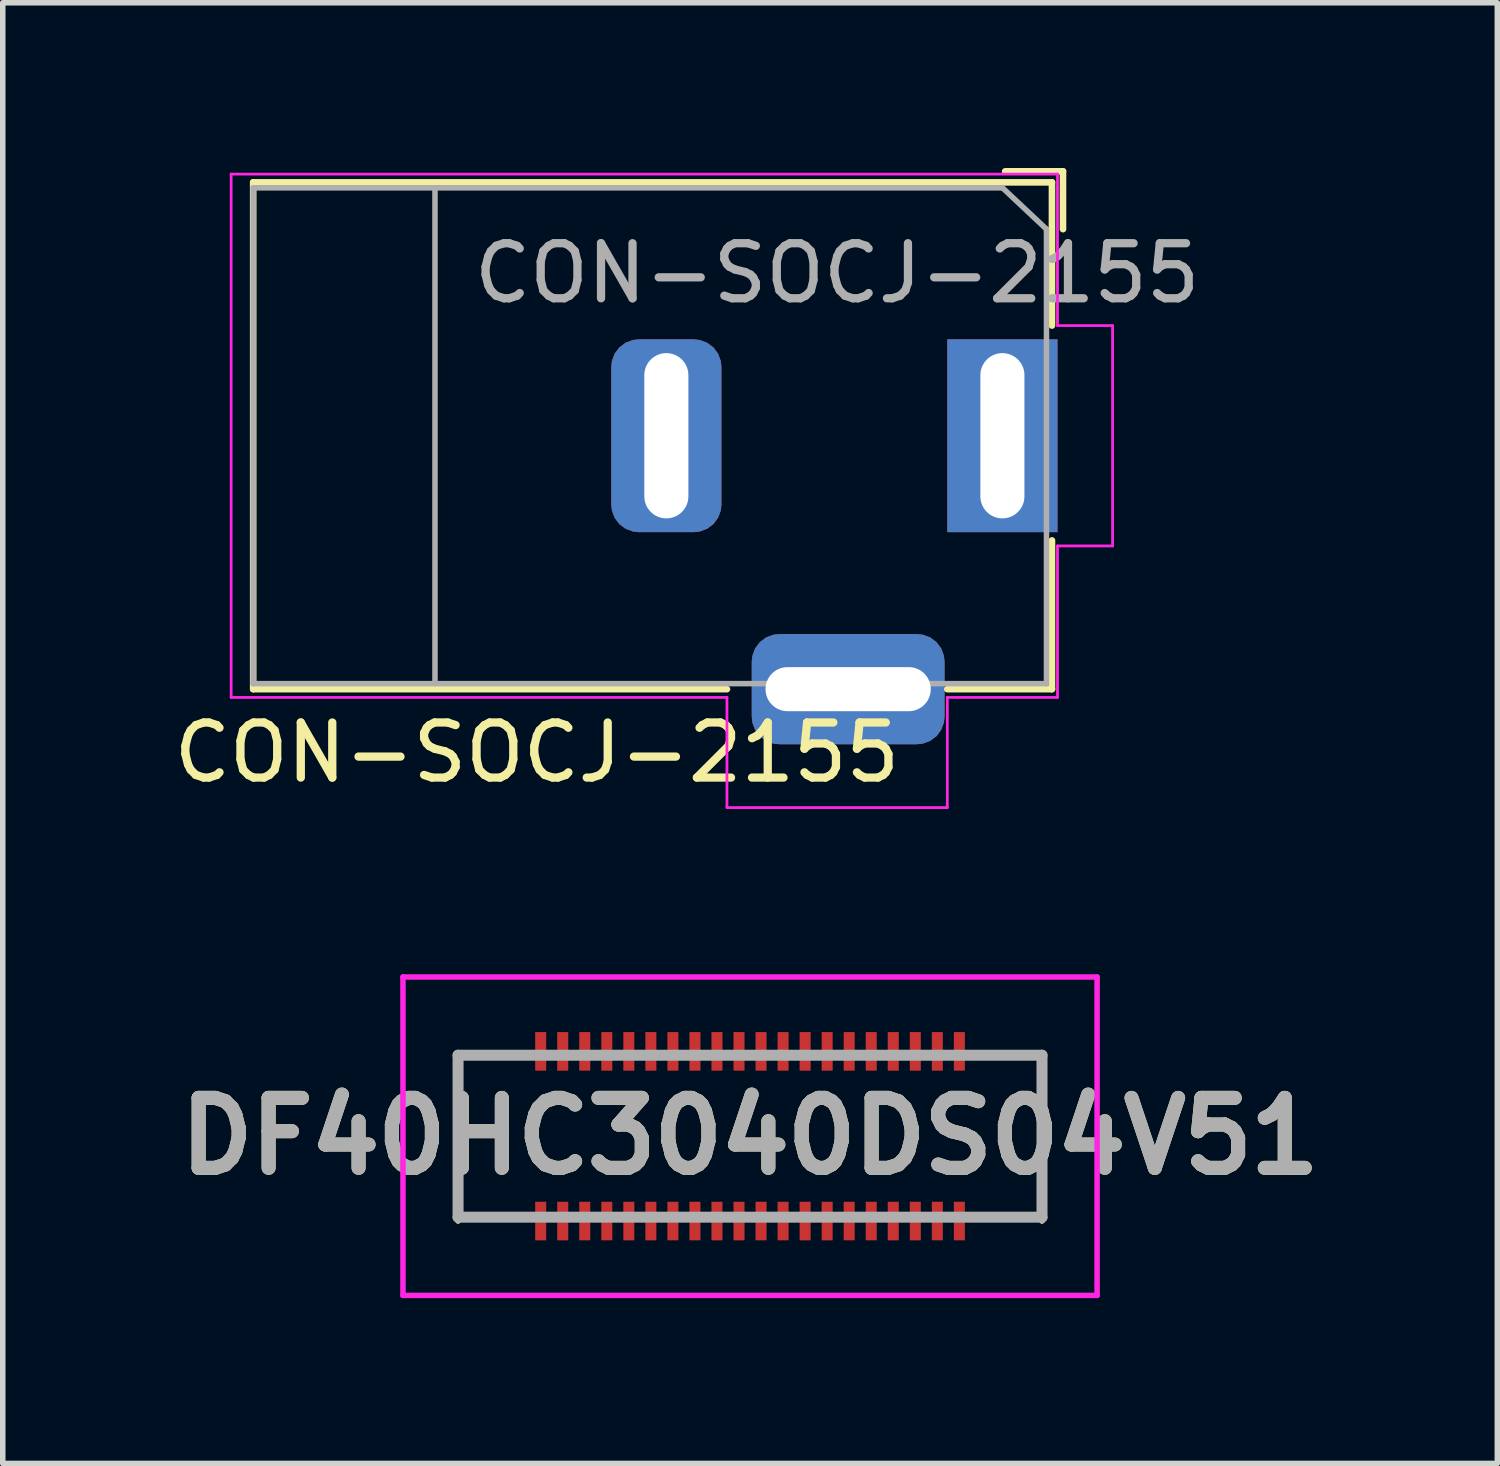
<source format=kicad_pcb>
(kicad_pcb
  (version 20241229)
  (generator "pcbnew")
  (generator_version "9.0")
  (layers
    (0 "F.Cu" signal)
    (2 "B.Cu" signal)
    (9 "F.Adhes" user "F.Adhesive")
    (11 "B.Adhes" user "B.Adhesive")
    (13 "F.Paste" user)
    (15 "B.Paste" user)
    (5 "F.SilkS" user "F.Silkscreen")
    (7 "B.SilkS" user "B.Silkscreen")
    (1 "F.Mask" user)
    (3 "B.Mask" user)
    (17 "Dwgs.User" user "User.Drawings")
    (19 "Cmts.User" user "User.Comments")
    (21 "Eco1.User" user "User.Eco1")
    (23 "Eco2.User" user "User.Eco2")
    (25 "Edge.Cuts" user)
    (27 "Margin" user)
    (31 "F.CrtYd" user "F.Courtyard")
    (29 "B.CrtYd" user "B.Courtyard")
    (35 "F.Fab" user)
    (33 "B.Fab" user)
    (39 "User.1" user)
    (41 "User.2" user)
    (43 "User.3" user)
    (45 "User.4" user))
  (footprint "CON-SOCJ-2155"
    (layer "F.Cu")
    (at 15.146 4.86)
    (property "Reference" "CON-SOCJ-2155" (at -8.45 5.75 0) (layer "F.SilkS") (effects (font (size 1 1) (thickness 0.15))))
    (attr through_hole)
    (fp_line (start -13.6 -4.6) (end 0.9 -4.6) (stroke (width 0.12) (type solid)) (layer "F.SilkS"))
    (fp_line (start -13.6 4.6) (end -13.6 -4.6) (stroke (width 0.12) (type solid)) (layer "F.SilkS"))
    (fp_line (start -5 4.6) (end -13.6 4.6) (stroke (width 0.12) (type solid)) (layer "F.SilkS"))
    (fp_line (start 0.05 -4.8) (end 1.1 -4.8) (stroke (width 0.12) (type solid)) (layer "F.SilkS"))
    (fp_line (start 0.9 -4.6) (end 0.9 -2) (stroke (width 0.12) (type solid)) (layer "F.SilkS"))
    (fp_line (start 0.9 1.9) (end 0.9 4.6) (stroke (width 0.12) (type solid)) (layer "F.SilkS"))
    (fp_line (start 0.9 4.6) (end -1 4.6) (stroke (width 0.12) (type solid)) (layer "F.SilkS"))
    (fp_line (start 1.1 -3.75) (end 1.1 -4.8) (stroke (width 0.12) (type solid)) (layer "F.SilkS"))
    (fp_line (start -14 4.75) (end -14 -4.75) (stroke (width 0.05) (type solid)) (layer "F.CrtYd"))
    (fp_line (start -5 4.75) (end -14 4.75) (stroke (width 0.05) (type solid)) (layer "F.CrtYd"))
    (fp_line (start -5 6.75) (end -5 4.75) (stroke (width 0.05) (type solid)) (layer "F.CrtYd"))
    (fp_line (start -1 4.75) (end -1 6.75) (stroke (width 0.05) (type solid)) (layer "F.CrtYd"))
    (fp_line (start -1 6.75) (end -5 6.75) (stroke (width 0.05) (type solid)) (layer "F.CrtYd"))
    (fp_line (start 1 -4.75) (end -14 -4.75) (stroke (width 0.05) (type solid)) (layer "F.CrtYd"))
    (fp_line (start 1 -4.5) (end 1 -4.75) (stroke (width 0.05) (type solid)) (layer "F.CrtYd"))
    (fp_line (start 1 -4.5) (end 1 -2) (stroke (width 0.05) (type solid)) (layer "F.CrtYd"))
    (fp_line (start 1 -2) (end 2 -2) (stroke (width 0.05) (type solid)) (layer "F.CrtYd"))
    (fp_line (start 1 2) (end 1 4.75) (stroke (width 0.05) (type solid)) (layer "F.CrtYd"))
    (fp_line (start 1 4.75) (end -1 4.75) (stroke (width 0.05) (type solid)) (layer "F.CrtYd"))
    (fp_line (start 2 -2) (end 2 2) (stroke (width 0.05) (type solid)) (layer "F.CrtYd"))
    (fp_line (start 2 2) (end 1 2) (stroke (width 0.05) (type solid)) (layer "F.CrtYd"))
    (fp_line (start -13.6 -4.5) (end -13.6 4.5) (stroke (width 0.1) (type solid)) (layer "F.Fab"))
    (fp_line (start -13.6 4.5) (end 0.8 4.5) (stroke (width 0.1) (type solid)) (layer "F.Fab"))
    (fp_line (start -10.3 -4.5) (end -10.3 4.5) (stroke (width 0.1) (type solid)) (layer "F.Fab"))
    (fp_line (start -0.003 -4.505) (end 0.8 -3.75) (stroke (width 0.1) (type solid)) (layer "F.Fab"))
    (fp_line (start 0 -4.5) (end -13.6 -4.5) (stroke (width 0.1) (type solid)) (layer "F.Fab"))
    (fp_line (start 0.8 4.5) (end 0.8 -3.75) (stroke (width 0.1) (type solid)) (layer "F.Fab"))
    (fp_text user "${REFERENCE}" (at -3 -2.95 0) (layer "F.Fab") (effects (font (size 1 1) (thickness 0.15))))
    (pad "1" thru_hole rect (at 0 0) (size 2 3.5) (drill oval 0.8 3) (layers "*.Cu" "*.Mask"))
    (pad "2" thru_hole roundrect (at -6.1 0) (size 2 3.5) (drill oval 0.8 3) (layers "*.Cu" "*.Mask") (roundrect_rratio 0.25))
    (pad "3" thru_hole roundrect (at -2.8 4.6) (size 3.5 2) (drill oval 3 0.8) (layers "*.Cu" "*.Mask") (roundrect_rratio 0.25)))
  (footprint "DF40HC3040DS04V51"
    (layer "F.Cu")
    (at 10.565 17.575)
    (property "Reference" "DF40HC3040DS04V51" (at 0 0 0) (layer "F.SilkS") (effects (font (size 1.27 1.27) (thickness 0.254))))
    (attr smd)
    (fp_line (start -5.3 -1.47) (end -5.3 1.54) (stroke (width 0.1) (type solid)) (layer "F.SilkS"))
    (fp_line (start -5.3 1.47) (end -4.3 1.47) (stroke (width 0.1) (type solid)) (layer "F.SilkS"))
    (fp_line (start -4.3 -1.47) (end -5.3 -1.47) (stroke (width 0.1) (type solid)) (layer "F.SilkS"))
    (fp_line (start 4.3 -1.47) (end 5.2 -1.47) (stroke (width 0.1) (type solid)) (layer "F.SilkS"))
    (fp_line (start 4.3 1.47) (end 5.2 1.47) (stroke (width 0.1) (type solid)) (layer "F.SilkS"))
    (fp_line (start 5.2 -1.47) (end 5.3 -1.47) (stroke (width 0.1) (type solid)) (layer "F.SilkS"))
    (fp_line (start 5.3 -1.47) (end 5.3 1.54) (stroke (width 0.1) (type solid)) (layer "F.SilkS"))
    (fp_line (start -6.3 -2.89) (end 6.3 -2.89) (stroke (width 0.1) (type solid)) (layer "F.CrtYd"))
    (fp_line (start -6.3 2.89) (end -6.3 -2.89) (stroke (width 0.1) (type solid)) (layer "F.CrtYd"))
    (fp_line (start 6.3 -2.89) (end 6.3 2.89) (stroke (width 0.1) (type solid)) (layer "F.CrtYd"))
    (fp_line (start 6.3 2.89) (end -6.3 2.89) (stroke (width 0.1) (type solid)) (layer "F.CrtYd"))
    (fp_line (start -5.3 -1.47) (end 5.3 -1.47) (stroke (width 0.2) (type solid)) (layer "F.Fab"))
    (fp_line (start -5.3 1.47) (end -5.3 -1.47) (stroke (width 0.2) (type solid)) (layer "F.Fab"))
    (fp_line (start 5.3 -1.47) (end 5.3 1.47) (stroke (width 0.2) (type solid)) (layer "F.Fab"))
    (fp_line (start 5.3 1.47) (end -5.3 1.47) (stroke (width 0.2) (type solid)) (layer "F.Fab"))
    (fp_text user "${REFERENCE}" (at 0 0 0) (layer "F.Fab") (effects (font (size 1.27 1.27) (thickness 0.254))))
    (pad "1" smd rect (at -3.8 1.54) (size 0.2 0.7) (layers "F.Cu" "F.Mask" "F.Paste"))
    (pad "2" smd rect (at -3.8 -1.54) (size 0.2 0.7) (layers "F.Cu" "F.Mask" "F.Paste"))
    (pad "3" smd rect (at -3.4 1.54) (size 0.2 0.7) (layers "F.Cu" "F.Mask" "F.Paste"))
    (pad "4" smd rect (at -3.4 -1.54) (size 0.2 0.7) (layers "F.Cu" "F.Mask" "F.Paste"))
    (pad "5" smd rect (at -3 1.54) (size 0.2 0.7) (layers "F.Cu" "F.Mask" "F.Paste"))
    (pad "6" smd rect (at -3 -1.54) (size 0.2 0.7) (layers "F.Cu" "F.Mask" "F.Paste"))
    (pad "7" smd rect (at -2.6 1.54) (size 0.2 0.7) (layers "F.Cu" "F.Mask" "F.Paste"))
    (pad "8" smd rect (at -2.6 -1.54) (size 0.2 0.7) (layers "F.Cu" "F.Mask" "F.Paste"))
    (pad "9" smd rect (at -2.2 1.54) (size 0.2 0.7) (layers "F.Cu" "F.Mask" "F.Paste"))
    (pad "10" smd rect (at -2.2 -1.54) (size 0.2 0.7) (layers "F.Cu" "F.Mask" "F.Paste"))
    (pad "11" smd rect (at -1.8 1.54) (size 0.2 0.7) (layers "F.Cu" "F.Mask" "F.Paste"))
    (pad "12" smd rect (at -1.8 -1.54) (size 0.2 0.7) (layers "F.Cu" "F.Mask" "F.Paste"))
    (pad "13" smd rect (at -1.4 1.54) (size 0.2 0.7) (layers "F.Cu" "F.Mask" "F.Paste"))
    (pad "14" smd rect (at -1.4 -1.54) (size 0.2 0.7) (layers "F.Cu" "F.Mask" "F.Paste"))
    (pad "15" smd rect (at -1 1.54) (size 0.2 0.7) (layers "F.Cu" "F.Mask" "F.Paste"))
    (pad "16" smd rect (at -1 -1.54) (size 0.2 0.7) (layers "F.Cu" "F.Mask" "F.Paste"))
    (pad "17" smd rect (at -0.6 1.54) (size 0.2 0.7) (layers "F.Cu" "F.Mask" "F.Paste"))
    (pad "18" smd rect (at -0.6 -1.54) (size 0.2 0.7) (layers "F.Cu" "F.Mask" "F.Paste"))
    (pad "19" smd rect (at -0.2 1.54) (size 0.2 0.7) (layers "F.Cu" "F.Mask" "F.Paste"))
    (pad "20" smd rect (at -0.2 -1.54) (size 0.2 0.7) (layers "F.Cu" "F.Mask" "F.Paste"))
    (pad "21" smd rect (at 0.2 1.54) (size 0.2 0.7) (layers "F.Cu" "F.Mask" "F.Paste"))
    (pad "22" smd rect (at 0.2 -1.54) (size 0.2 0.7) (layers "F.Cu" "F.Mask" "F.Paste"))
    (pad "23" smd rect (at 0.6 1.54) (size 0.2 0.7) (layers "F.Cu" "F.Mask" "F.Paste"))
    (pad "24" smd rect (at 0.6 -1.54) (size 0.2 0.7) (layers "F.Cu" "F.Mask" "F.Paste"))
    (pad "25" smd rect (at 1 1.54) (size 0.2 0.7) (layers "F.Cu" "F.Mask" "F.Paste"))
    (pad "26" smd rect (at 1 -1.54) (size 0.2 0.7) (layers "F.Cu" "F.Mask" "F.Paste"))
    (pad "27" smd rect (at 1.4 1.54) (size 0.2 0.7) (layers "F.Cu" "F.Mask" "F.Paste"))
    (pad "28" smd rect (at 1.4 -1.54) (size 0.2 0.7) (layers "F.Cu" "F.Mask" "F.Paste"))
    (pad "29" smd rect (at 1.8 1.54) (size 0.2 0.7) (layers "F.Cu" "F.Mask" "F.Paste"))
    (pad "30" smd rect (at 1.8 -1.54) (size 0.2 0.7) (layers "F.Cu" "F.Mask" "F.Paste"))
    (pad "31" smd rect (at 2.2 1.54) (size 0.2 0.7) (layers "F.Cu" "F.Mask" "F.Paste"))
    (pad "32" smd rect (at 2.2 -1.54) (size 0.2 0.7) (layers "F.Cu" "F.Mask" "F.Paste"))
    (pad "33" smd rect (at 2.6 1.54) (size 0.2 0.7) (layers "F.Cu" "F.Mask" "F.Paste"))
    (pad "34" smd rect (at 2.6 -1.54) (size 0.2 0.7) (layers "F.Cu" "F.Mask" "F.Paste"))
    (pad "35" smd rect (at 3 1.54) (size 0.2 0.7) (layers "F.Cu" "F.Mask" "F.Paste"))
    (pad "36" smd rect (at 3 -1.54) (size 0.2 0.7) (layers "F.Cu" "F.Mask" "F.Paste"))
    (pad "37" smd rect (at 3.4 1.54) (size 0.2 0.7) (layers "F.Cu" "F.Mask" "F.Paste"))
    (pad "38" smd rect (at 3.4 -1.54) (size 0.2 0.7) (layers "F.Cu" "F.Mask" "F.Paste"))
    (pad "39" smd rect (at 3.8 1.54) (size 0.2 0.7) (layers "F.Cu" "F.Mask" "F.Paste"))
    (pad "40" smd rect (at 3.8 -1.54) (size 0.2 0.7) (layers "F.Cu" "F.Mask" "F.Paste")))
  (gr_rect
    (start -3 -3)
    (end 24.13 23.515)
    (stroke (width 0.1) (type default))
    (fill no)
    (layer "Edge.Cuts")))
</source>
